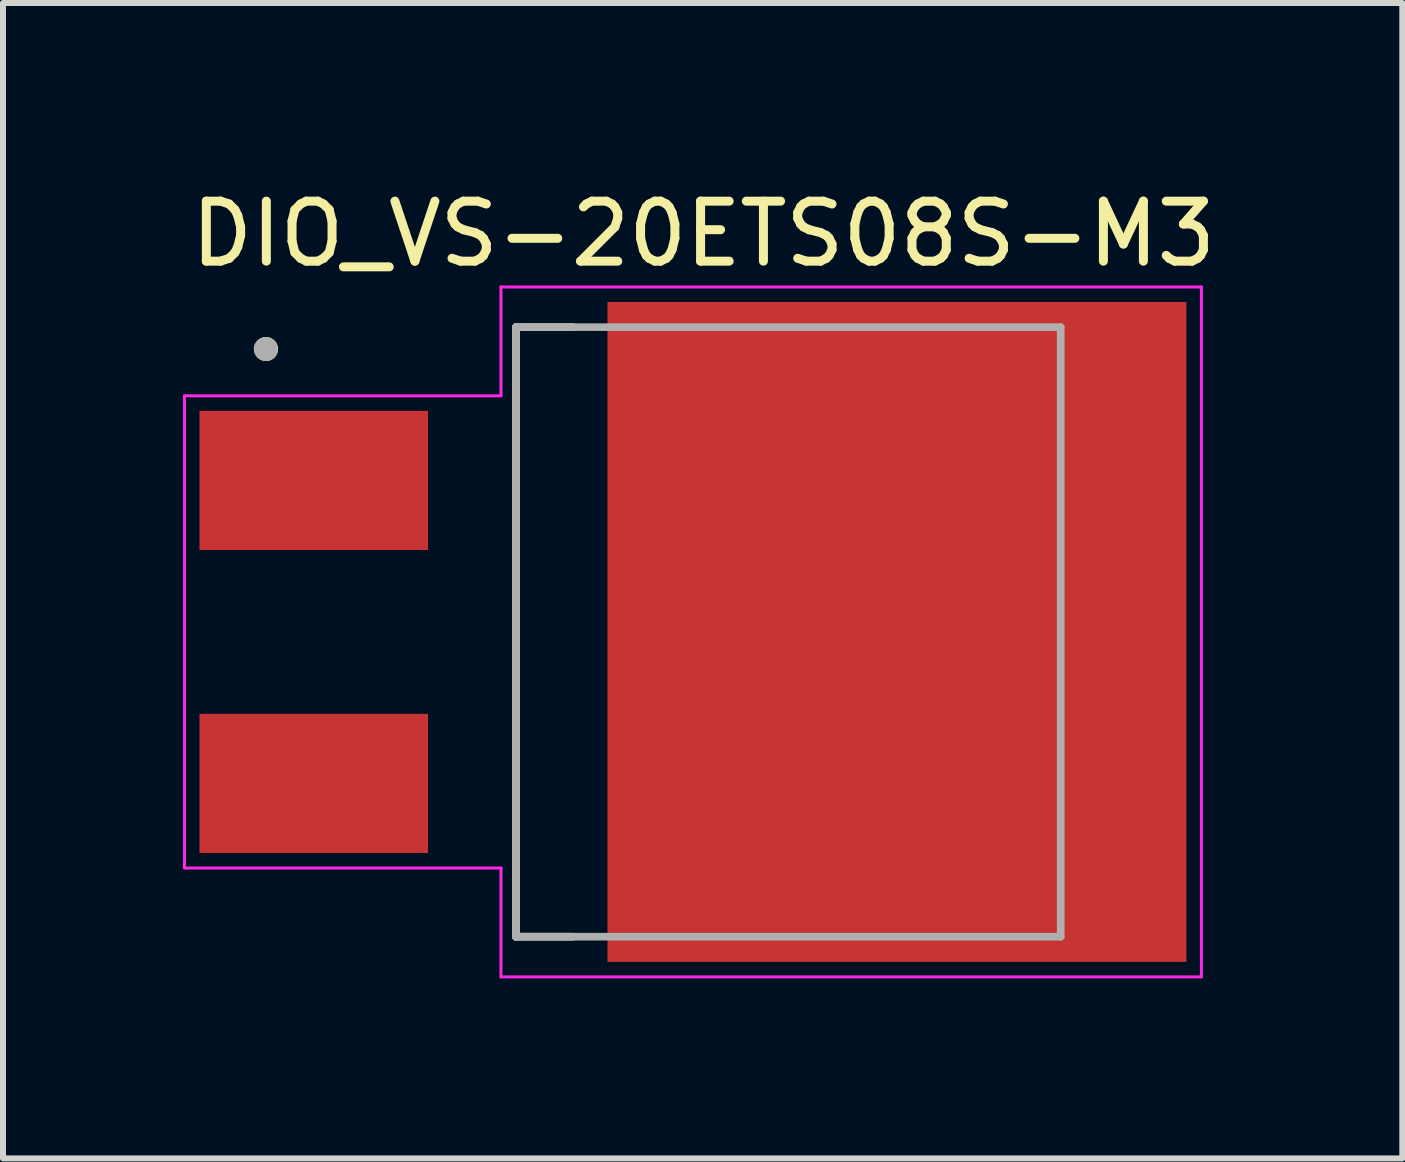
<source format=kicad_pcb>
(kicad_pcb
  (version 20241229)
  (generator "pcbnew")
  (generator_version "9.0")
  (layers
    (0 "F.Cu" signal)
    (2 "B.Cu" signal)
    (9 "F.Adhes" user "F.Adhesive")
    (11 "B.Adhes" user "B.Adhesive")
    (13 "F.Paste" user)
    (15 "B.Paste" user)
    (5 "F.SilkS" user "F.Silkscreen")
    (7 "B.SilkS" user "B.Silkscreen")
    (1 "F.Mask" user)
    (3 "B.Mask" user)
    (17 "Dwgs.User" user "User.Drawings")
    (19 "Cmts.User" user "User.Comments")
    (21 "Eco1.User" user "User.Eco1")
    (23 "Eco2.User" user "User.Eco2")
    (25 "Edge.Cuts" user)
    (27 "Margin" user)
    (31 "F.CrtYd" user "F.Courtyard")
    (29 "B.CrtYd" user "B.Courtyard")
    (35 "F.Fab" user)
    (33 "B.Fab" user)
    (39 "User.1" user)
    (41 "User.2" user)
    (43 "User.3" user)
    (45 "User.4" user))
  (footprint "DIO_VS-20ETS08S-M3"
    (layer "F.Cu")
    (at 8.5 7.483)
    (property "Reference" "DIO_VS-20ETS08S-M3" (at 0.175 -6.635 0) (layer "F.SilkS") (effects (font (size 1 1) (thickness 0.15))))
    (attr smd)
    (fp_line (start -2.95 -5.08) (end -2 -5.08) (stroke (width 0.127) (type solid)) (layer "F.SilkS"))
    (fp_line (start -2.95 5.08) (end -2.95 -5.08) (stroke (width 0.127) (type solid)) (layer "F.SilkS"))
    (fp_line (start -2 5.08) (end -2.95 5.08) (stroke (width 0.127) (type solid)) (layer "F.SilkS"))
    (fp_circle (center -7.115 -4.715) (end -7.015 -4.715) (stroke (width 0.2) (type solid)) (fill no) (layer "F.SilkS"))
    (fp_poly (pts (xy -1.125 -5.24) (xy 0.205 -5.24) (xy 0.205 -3.91) (xy -1.125 -3.91)) (stroke (width 0.01) (type solid)) (fill yes) (layer "F.Paste"))
    (fp_poly (pts (xy -1.125 -3.41) (xy 0.205 -3.41) (xy 0.205 -2.08) (xy -1.125 -2.08)) (stroke (width 0.01) (type solid)) (fill yes) (layer "F.Paste"))
    (fp_poly (pts (xy -1.125 -1.58) (xy 0.205 -1.58) (xy 0.205 -0.25) (xy -1.125 -0.25)) (stroke (width 0.01) (type solid)) (fill yes) (layer "F.Paste"))
    (fp_poly (pts (xy -1.125 0.25) (xy 0.205 0.25) (xy 0.205 1.58) (xy -1.125 1.58)) (stroke (width 0.01) (type solid)) (fill yes) (layer "F.Paste"))
    (fp_poly (pts (xy -1.125 2.08) (xy 0.205 2.08) (xy 0.205 3.41) (xy -1.125 3.41)) (stroke (width 0.01) (type solid)) (fill yes) (layer "F.Paste"))
    (fp_poly (pts (xy -1.125 3.91) (xy 0.205 3.91) (xy 0.205 5.24) (xy -1.125 5.24)) (stroke (width 0.01) (type solid)) (fill yes) (layer "F.Paste"))
    (fp_poly (pts (xy 0.805 -5.24) (xy 2.135 -5.24) (xy 2.135 -3.91) (xy 0.805 -3.91)) (stroke (width 0.01) (type solid)) (fill yes) (layer "F.Paste"))
    (fp_poly (pts (xy 0.805 -3.41) (xy 2.135 -3.41) (xy 2.135 -2.08) (xy 0.805 -2.08)) (stroke (width 0.01) (type solid)) (fill yes) (layer "F.Paste"))
    (fp_poly (pts (xy 0.805 -1.58) (xy 2.135 -1.58) (xy 2.135 -0.25) (xy 0.805 -0.25)) (stroke (width 0.01) (type solid)) (fill yes) (layer "F.Paste"))
    (fp_poly (pts (xy 0.805 0.25) (xy 2.135 0.25) (xy 2.135 1.58) (xy 0.805 1.58)) (stroke (width 0.01) (type solid)) (fill yes) (layer "F.Paste"))
    (fp_poly (pts (xy 0.805 2.08) (xy 2.135 2.08) (xy 2.135 3.41) (xy 0.805 3.41)) (stroke (width 0.01) (type solid)) (fill yes) (layer "F.Paste"))
    (fp_poly (pts (xy 0.805 3.91) (xy 2.135 3.91) (xy 2.135 5.24) (xy 0.805 5.24)) (stroke (width 0.01) (type solid)) (fill yes) (layer "F.Paste"))
    (fp_poly (pts (xy 2.735 -5.24) (xy 4.065 -5.24) (xy 4.065 -3.91) (xy 2.735 -3.91)) (stroke (width 0.01) (type solid)) (fill yes) (layer "F.Paste"))
    (fp_poly (pts (xy 2.735 -3.41) (xy 4.065 -3.41) (xy 4.065 -2.08) (xy 2.735 -2.08)) (stroke (width 0.01) (type solid)) (fill yes) (layer "F.Paste"))
    (fp_poly (pts (xy 2.735 -1.58) (xy 4.065 -1.58) (xy 4.065 -0.25) (xy 2.735 -0.25)) (stroke (width 0.01) (type solid)) (fill yes) (layer "F.Paste"))
    (fp_poly (pts (xy 2.735 0.25) (xy 4.065 0.25) (xy 4.065 1.58) (xy 2.735 1.58)) (stroke (width 0.01) (type solid)) (fill yes) (layer "F.Paste"))
    (fp_poly (pts (xy 2.735 2.08) (xy 4.065 2.08) (xy 4.065 3.41) (xy 2.735 3.41)) (stroke (width 0.01) (type solid)) (fill yes) (layer "F.Paste"))
    (fp_poly (pts (xy 2.735 3.91) (xy 4.065 3.91) (xy 4.065 5.24) (xy 2.735 5.24)) (stroke (width 0.01) (type solid)) (fill yes) (layer "F.Paste"))
    (fp_poly (pts (xy 4.665 -5.24) (xy 5.995 -5.24) (xy 5.995 -3.91) (xy 4.665 -3.91)) (stroke (width 0.01) (type solid)) (fill yes) (layer "F.Paste"))
    (fp_poly (pts (xy 4.665 -3.41) (xy 5.995 -3.41) (xy 5.995 -2.08) (xy 4.665 -2.08)) (stroke (width 0.01) (type solid)) (fill yes) (layer "F.Paste"))
    (fp_poly (pts (xy 4.665 -1.58) (xy 5.995 -1.58) (xy 5.995 -0.25) (xy 4.665 -0.25)) (stroke (width 0.01) (type solid)) (fill yes) (layer "F.Paste"))
    (fp_poly (pts (xy 4.665 0.25) (xy 5.995 0.25) (xy 5.995 1.58) (xy 4.665 1.58)) (stroke (width 0.01) (type solid)) (fill yes) (layer "F.Paste"))
    (fp_poly (pts (xy 4.665 2.08) (xy 5.995 2.08) (xy 5.995 3.41) (xy 4.665 3.41)) (stroke (width 0.01) (type solid)) (fill yes) (layer "F.Paste"))
    (fp_poly (pts (xy 4.665 3.91) (xy 5.995 3.91) (xy 5.995 5.24) (xy 4.665 5.24)) (stroke (width 0.01) (type solid)) (fill yes) (layer "F.Paste"))
    (fp_poly (pts (xy 6.595 -5.24) (xy 7.925 -5.24) (xy 7.925 -3.91) (xy 6.595 -3.91)) (stroke (width 0.01) (type solid)) (fill yes) (layer "F.Paste"))
    (fp_poly (pts (xy 6.595 -3.41) (xy 7.925 -3.41) (xy 7.925 -2.08) (xy 6.595 -2.08)) (stroke (width 0.01) (type solid)) (fill yes) (layer "F.Paste"))
    (fp_poly (pts (xy 6.595 -1.58) (xy 7.925 -1.58) (xy 7.925 -0.25) (xy 6.595 -0.25)) (stroke (width 0.01) (type solid)) (fill yes) (layer "F.Paste"))
    (fp_poly (pts (xy 6.595 0.25) (xy 7.925 0.25) (xy 7.925 1.58) (xy 6.595 1.58)) (stroke (width 0.01) (type solid)) (fill yes) (layer "F.Paste"))
    (fp_poly (pts (xy 6.595 2.08) (xy 7.925 2.08) (xy 7.925 3.41) (xy 6.595 3.41)) (stroke (width 0.01) (type solid)) (fill yes) (layer "F.Paste"))
    (fp_poly (pts (xy 6.595 3.91) (xy 7.925 3.91) (xy 7.925 5.24) (xy 6.595 5.24)) (stroke (width 0.01) (type solid)) (fill yes) (layer "F.Paste"))
    (fp_line (start -8.475 -3.935) (end -3.2 -3.935) (stroke (width 0.05) (type solid)) (layer "F.CrtYd"))
    (fp_line (start -8.475 3.935) (end -8.475 -3.935) (stroke (width 0.05) (type solid)) (layer "F.CrtYd"))
    (fp_line (start -3.2 -5.75) (end 8.475 -5.75) (stroke (width 0.05) (type solid)) (layer "F.CrtYd"))
    (fp_line (start -3.2 -3.935) (end -3.2 -5.75) (stroke (width 0.05) (type solid)) (layer "F.CrtYd"))
    (fp_line (start -3.2 3.935) (end -8.475 3.935) (stroke (width 0.05) (type solid)) (layer "F.CrtYd"))
    (fp_line (start -3.2 5.75) (end -3.2 3.935) (stroke (width 0.05) (type solid)) (layer "F.CrtYd"))
    (fp_line (start 8.475 -5.75) (end 8.475 5.75) (stroke (width 0.05) (type solid)) (layer "F.CrtYd"))
    (fp_line (start 8.475 5.75) (end -3.2 5.75) (stroke (width 0.05) (type solid)) (layer "F.CrtYd"))
    (fp_line (start -2.95 -5.08) (end 6.13 -5.08) (stroke (width 0.127) (type solid)) (layer "F.Fab"))
    (fp_line (start -2.95 5.08) (end -2.95 -5.08) (stroke (width 0.127) (type solid)) (layer "F.Fab"))
    (fp_line (start 6.13 -5.08) (end 6.13 5.08) (stroke (width 0.127) (type solid)) (layer "F.Fab"))
    (fp_line (start 6.13 5.08) (end -2.95 5.08) (stroke (width 0.127) (type solid)) (layer "F.Fab"))
    (fp_circle (center -7.12 -4.715) (end -7.02 -4.715) (stroke (width 0.2) (type solid)) (fill no) (layer "F.Fab"))
    (pad "1" smd rect (at -6.32 -2.525) (size 3.81 2.32) (layers "F.Cu" "F.Mask" "F.Paste"))
    (pad "2" smd rect (at 3.4 0) (size 9.65 11) (layers "F.Cu" "F.Mask"))
    (pad "3" smd rect (at -6.32 2.525) (size 3.81 2.32) (layers "F.Cu" "F.Mask" "F.Paste")))
  (gr_rect
    (start -3 -3)
    (end 20.324 16.258)
    (stroke (width 0.1) (type default))
    (fill no)
    (layer "Edge.Cuts")))
</source>
